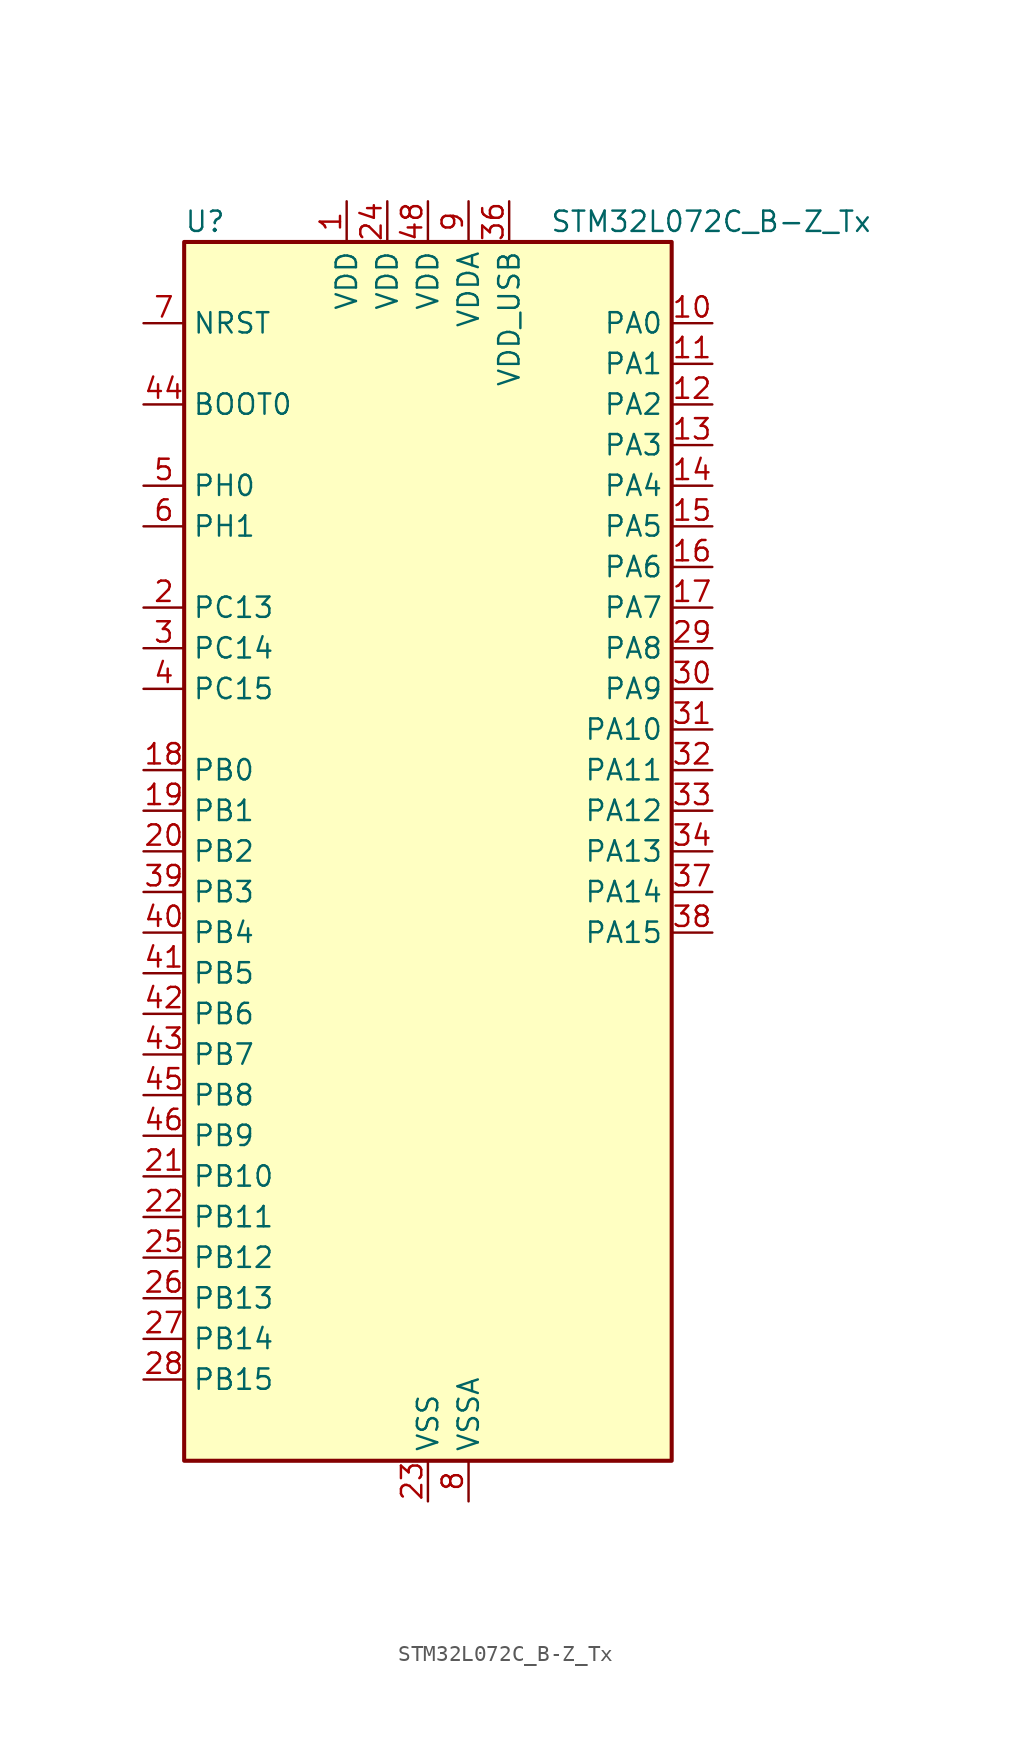
<source format=kicad_sym>
(kicad_symbol_lib
  (version 20241209)
  (generator "kicad_symbol_editor")
  (generator_version "9.0")
  (symbol "STM32L072C_B-Z_Tx"
    (property "Reference" "U"
      (at -15.24 39.37 0)
      (effects (font (size 1.27 1.27)) (justify left)))
    (property "Value" "STM32L072C_B-Z_Tx"
      (at 7.62 39.37 0)
      (effects (font (size 1.27 1.27)) (justify left)))
    (symbol "STM32L072C_B-Z_Tx_0_1"
      (rectangle (start -15.24 -38.1) (end 15.24 38.1) (stroke (width 0.254) (type default)) (fill (type background))))
    (symbol "STM32L072C_B-Z_Tx_1_1"
      (pin input line (at -17.78 33.02 0) (length 2.54) (name "NRST" (effects (font (size 1.27 1.27)))) (number "7" (effects (font (size 1.27 1.27)))))
      (pin input line (at -17.78 27.94 0) (length 2.54) (name "BOOT0" (effects (font (size 1.27 1.27)))) (number "44" (effects (font (size 1.27 1.27)))))
      (pin bidirectional line (at -17.78 22.86 0) (length 2.54) (name "PH0" (effects (font (size 1.27 1.27)))) (number "5" (effects (font (size 1.27 1.27)))) (alternate "CRS_SYNC" bidirectional line) (alternate "RCC_OSC_IN" bidirectional line))
      (pin bidirectional line (at -17.78 20.32 0) (length 2.54) (name "PH1" (effects (font (size 1.27 1.27)))) (number "6" (effects (font (size 1.27 1.27)))) (alternate "RCC_OSC_OUT" bidirectional line))
      (pin bidirectional line (at -17.78 15.24 0) (length 2.54) (name "PC13" (effects (font (size 1.27 1.27)))) (number "2" (effects (font (size 1.27 1.27)))) (alternate "RTC_OUT_ALARM" bidirectional line) (alternate "RTC_OUT_CALIB" bidirectional line) (alternate "RTC_TAMP1" bidirectional line) (alternate "RTC_TS" bidirectional line) (alternate "SYS_WKUP2" bidirectional line))
      (pin bidirectional line (at -17.78 12.7 0) (length 2.54) (name "PC14" (effects (font (size 1.27 1.27)))) (number "3" (effects (font (size 1.27 1.27)))) (alternate "RCC_OSC32_IN" bidirectional line))
      (pin bidirectional line (at -17.78 10.16 0) (length 2.54) (name "PC15" (effects (font (size 1.27 1.27)))) (number "4" (effects (font (size 1.27 1.27)))) (alternate "RCC_OSC32_OUT" bidirectional line))
      (pin bidirectional line (at -17.78 5.08 0) (length 2.54) (name "PB0" (effects (font (size 1.27 1.27)))) (number "18" (effects (font (size 1.27 1.27)))) (alternate "ADC_IN8" bidirectional line) (alternate "SYS_VREF_OUT_PB0" bidirectional line) (alternate "TIM3_CH3" bidirectional line) (alternate "TSC_G3_IO2" bidirectional line))
      (pin bidirectional line (at -17.78 2.54 0) (length 2.54) (name "PB1" (effects (font (size 1.27 1.27)))) (number "19" (effects (font (size 1.27 1.27)))) (alternate "ADC_IN9" bidirectional line) (alternate "LPUART1_DE" bidirectional line) (alternate "LPUART1_RTS" bidirectional line) (alternate "SYS_VREF_OUT_PB1" bidirectional line) (alternate "TIM3_CH4" bidirectional line) (alternate "TSC_G3_IO3" bidirectional line))
      (pin bidirectional line (at -17.78 0 0) (length 2.54) (name "PB2" (effects (font (size 1.27 1.27)))) (number "20" (effects (font (size 1.27 1.27)))) (alternate "I2C3_SMBA" bidirectional line) (alternate "LPTIM1_OUT" bidirectional line) (alternate "TSC_G3_IO4" bidirectional line))
      (pin bidirectional line (at -17.78 -2.54 0) (length 2.54) (name "PB3" (effects (font (size 1.27 1.27)))) (number "39" (effects (font (size 1.27 1.27)))) (alternate "COMP2_INM" bidirectional line) (alternate "SPI1_SCK" bidirectional line) (alternate "TIM2_CH2" bidirectional line) (alternate "TSC_G5_IO1" bidirectional line) (alternate "USART1_DE" bidirectional line) (alternate "USART1_RTS" bidirectional line) (alternate "USART5_TX" bidirectional line))
      (pin bidirectional line (at -17.78 -5.08 0) (length 2.54) (name "PB4" (effects (font (size 1.27 1.27)))) (number "40" (effects (font (size 1.27 1.27)))) (alternate "COMP2_INP" bidirectional line) (alternate "I2C3_SDA" bidirectional line) (alternate "SPI1_MISO" bidirectional line) (alternate "TIM22_CH1" bidirectional line) (alternate "TIM3_CH1" bidirectional line) (alternate "TSC_G5_IO2" bidirectional line) (alternate "USART1_CTS" bidirectional line) (alternate "USART5_RX" bidirectional line))
      (pin bidirectional line (at -17.78 -7.62 0) (length 2.54) (name "PB5" (effects (font (size 1.27 1.27)))) (number "41" (effects (font (size 1.27 1.27)))) (alternate "COMP2_INP" bidirectional line) (alternate "I2C1_SMBA" bidirectional line) (alternate "LPTIM1_IN1" bidirectional line) (alternate "SPI1_MOSI" bidirectional line) (alternate "TIM22_CH2" bidirectional line) (alternate "TIM3_CH2" bidirectional line) (alternate "USART1_CK" bidirectional line) (alternate "USART5_CK" bidirectional line) (alternate "USART5_DE" bidirectional line) (alternate "USART5_RTS" bidirectional line))
      (pin bidirectional line (at -17.78 -10.16 0) (length 2.54) (name "PB6" (effects (font (size 1.27 1.27)))) (number "42" (effects (font (size 1.27 1.27)))) (alternate "COMP2_INP" bidirectional line) (alternate "I2C1_SCL" bidirectional line) (alternate "LPTIM1_ETR" bidirectional line) (alternate "TSC_G5_IO3" bidirectional line) (alternate "USART1_TX" bidirectional line))
      (pin bidirectional line (at -17.78 -12.7 0) (length 2.54) (name "PB7" (effects (font (size 1.27 1.27)))) (number "43" (effects (font (size 1.27 1.27)))) (alternate "COMP2_INP" bidirectional line) (alternate "I2C1_SDA" bidirectional line) (alternate "LPTIM1_IN2" bidirectional line) (alternate "SYS_PVD_IN" bidirectional line) (alternate "TSC_G5_IO4" bidirectional line) (alternate "USART1_RX" bidirectional line) (alternate "USART4_CTS" bidirectional line))
      (pin bidirectional line (at -17.78 -15.24 0) (length 2.54) (name "PB8" (effects (font (size 1.27 1.27)))) (number "45" (effects (font (size 1.27 1.27)))) (alternate "I2C1_SCL" bidirectional line) (alternate "TSC_SYNC" bidirectional line))
      (pin bidirectional line (at -17.78 -17.78 0) (length 2.54) (name "PB9" (effects (font (size 1.27 1.27)))) (number "46" (effects (font (size 1.27 1.27)))) (alternate "DAC_EXTI9" bidirectional line) (alternate "I2C1_SDA" bidirectional line) (alternate "I2S2_WS" bidirectional line) (alternate "SPI2_NSS" bidirectional line))
      (pin bidirectional line (at -17.78 -20.32 0) (length 2.54) (name "PB10" (effects (font (size 1.27 1.27)))) (number "21" (effects (font (size 1.27 1.27)))) (alternate "I2C2_SCL" bidirectional line) (alternate "LPUART1_RX" bidirectional line) (alternate "LPUART1_TX" bidirectional line) (alternate "SPI2_SCK" bidirectional line) (alternate "TIM2_CH3" bidirectional line) (alternate "TSC_SYNC" bidirectional line))
      (pin bidirectional line (at -17.78 -22.86 0) (length 2.54) (name "PB11" (effects (font (size 1.27 1.27)))) (number "22" (effects (font (size 1.27 1.27)))) (alternate "ADC_EXTI11" bidirectional line) (alternate "I2C2_SDA" bidirectional line) (alternate "LPUART1_RX" bidirectional line) (alternate "LPUART1_TX" bidirectional line) (alternate "TIM2_CH4" bidirectional line) (alternate "TSC_G6_IO1" bidirectional line))
      (pin bidirectional line (at -17.78 -25.4 0) (length 2.54) (name "PB12" (effects (font (size 1.27 1.27)))) (number "25" (effects (font (size 1.27 1.27)))) (alternate "I2S2_WS" bidirectional line) (alternate "LPUART1_DE" bidirectional line) (alternate "LPUART1_RTS" bidirectional line) (alternate "SPI2_NSS" bidirectional line) (alternate "TSC_G6_IO2" bidirectional line))
      (pin bidirectional line (at -17.78 -27.94 0) (length 2.54) (name "PB13" (effects (font (size 1.27 1.27)))) (number "26" (effects (font (size 1.27 1.27)))) (alternate "I2C2_SCL" bidirectional line) (alternate "I2S2_CK" bidirectional line) (alternate "LPUART1_CTS" bidirectional line) (alternate "RCC_MCO" bidirectional line) (alternate "SPI2_SCK" bidirectional line) (alternate "TIM21_CH1" bidirectional line) (alternate "TSC_G6_IO3" bidirectional line))
      (pin bidirectional line (at -17.78 -30.48 0) (length 2.54) (name "PB14" (effects (font (size 1.27 1.27)))) (number "27" (effects (font (size 1.27 1.27)))) (alternate "I2C2_SDA" bidirectional line) (alternate "I2S2_MCK" bidirectional line) (alternate "LPUART1_DE" bidirectional line) (alternate "LPUART1_RTS" bidirectional line) (alternate "RTC_OUT_ALARM" bidirectional line) (alternate "RTC_OUT_CALIB" bidirectional line) (alternate "SPI2_MISO" bidirectional line) (alternate "TIM21_CH2" bidirectional line) (alternate "TSC_G6_IO4" bidirectional line))
      (pin bidirectional line (at -17.78 -33.02 0) (length 2.54) (name "PB15" (effects (font (size 1.27 1.27)))) (number "28" (effects (font (size 1.27 1.27)))) (alternate "I2S2_SD" bidirectional line) (alternate "RTC_REFIN" bidirectional line) (alternate "SPI2_MOSI" bidirectional line))
      (pin power_in line (at -5.08 40.64 270) (length 2.54) (name "VDD" (effects (font (size 1.27 1.27)))) (number "1" (effects (font (size 1.27 1.27)))))
      (pin power_in line (at -2.54 40.64 270) (length 2.54) (name "VDD" (effects (font (size 1.27 1.27)))) (number "24" (effects (font (size 1.27 1.27)))))
      (pin power_in line (at 0 40.64 270) (length 2.54) (name "VDD" (effects (font (size 1.27 1.27)))) (number "48" (effects (font (size 1.27 1.27)))))
      (pin power_in line (at 0 -40.64 90) (length 2.54) (name "VSS" (effects (font (size 1.27 1.27)))) (number "23" (effects (font (size 1.27 1.27)))))
      (pin passive line (at 0 -40.64 90) (length 2.54) (hide yes) (name "VSS" (effects (font (size 1.27 1.27)))) (number "35" (effects (font (size 1.27 1.27)))))
      (pin passive line (at 0 -40.64 90) (length 2.54) (hide yes) (name "VSS" (effects (font (size 1.27 1.27)))) (number "47" (effects (font (size 1.27 1.27)))))
      (pin power_in line (at 2.54 40.64 270) (length 2.54) (name "VDDA" (effects (font (size 1.27 1.27)))) (number "9" (effects (font (size 1.27 1.27)))))
      (pin power_in line (at 2.54 -40.64 90) (length 2.54) (name "VSSA" (effects (font (size 1.27 1.27)))) (number "8" (effects (font (size 1.27 1.27)))))
      (pin power_in line (at 5.08 40.64 270) (length 2.54) (name "VDD_USB" (effects (font (size 1.27 1.27)))) (number "36" (effects (font (size 1.27 1.27)))))
      (pin bidirectional line (at 17.78 33.02 180) (length 2.54) (name "PA0" (effects (font (size 1.27 1.27)))) (number "10" (effects (font (size 1.27 1.27)))) (alternate "ADC_IN0" bidirectional line) (alternate "COMP1_INM" bidirectional line) (alternate "COMP1_OUT" bidirectional line) (alternate "RTC_TAMP2" bidirectional line) (alternate "SYS_WKUP1" bidirectional line) (alternate "TIM2_CH1" bidirectional line) (alternate "TIM2_ETR" bidirectional line) (alternate "TSC_G1_IO1" bidirectional line) (alternate "USART2_CTS" bidirectional line) (alternate "USART4_TX" bidirectional line))
      (pin bidirectional line (at 17.78 30.48 180) (length 2.54) (name "PA1" (effects (font (size 1.27 1.27)))) (number "11" (effects (font (size 1.27 1.27)))) (alternate "ADC_IN1" bidirectional line) (alternate "COMP1_INP" bidirectional line) (alternate "TIM21_ETR" bidirectional line) (alternate "TIM2_CH2" bidirectional line) (alternate "TSC_G1_IO2" bidirectional line) (alternate "USART2_DE" bidirectional line) (alternate "USART2_RTS" bidirectional line) (alternate "USART4_RX" bidirectional line))
      (pin bidirectional line (at 17.78 27.94 180) (length 2.54) (name "PA2" (effects (font (size 1.27 1.27)))) (number "12" (effects (font (size 1.27 1.27)))) (alternate "ADC_IN2" bidirectional line) (alternate "COMP2_INM" bidirectional line) (alternate "COMP2_OUT" bidirectional line) (alternate "LPUART1_TX" bidirectional line) (alternate "TIM21_CH1" bidirectional line) (alternate "TIM2_CH3" bidirectional line) (alternate "TSC_G1_IO3" bidirectional line) (alternate "USART2_TX" bidirectional line))
      (pin bidirectional line (at 17.78 25.4 180) (length 2.54) (name "PA3" (effects (font (size 1.27 1.27)))) (number "13" (effects (font (size 1.27 1.27)))) (alternate "ADC_IN3" bidirectional line) (alternate "COMP2_INP" bidirectional line) (alternate "LPUART1_RX" bidirectional line) (alternate "TIM21_CH2" bidirectional line) (alternate "TIM2_CH4" bidirectional line) (alternate "TSC_G1_IO4" bidirectional line) (alternate "USART2_RX" bidirectional line))
      (pin bidirectional line (at 17.78 22.86 180) (length 2.54) (name "PA4" (effects (font (size 1.27 1.27)))) (number "14" (effects (font (size 1.27 1.27)))) (alternate "ADC_IN4" bidirectional line) (alternate "COMP1_INM" bidirectional line) (alternate "COMP2_INM" bidirectional line) (alternate "DAC_OUT1" bidirectional line) (alternate "SPI1_NSS" bidirectional line) (alternate "TIM22_ETR" bidirectional line) (alternate "TSC_G2_IO1" bidirectional line) (alternate "USART2_CK" bidirectional line))
      (pin bidirectional line (at 17.78 20.32 180) (length 2.54) (name "PA5" (effects (font (size 1.27 1.27)))) (number "15" (effects (font (size 1.27 1.27)))) (alternate "ADC_IN5" bidirectional line) (alternate "COMP1_INM" bidirectional line) (alternate "COMP2_INM" bidirectional line) (alternate "DAC_OUT2" bidirectional line) (alternate "SPI1_SCK" bidirectional line) (alternate "TIM2_CH1" bidirectional line) (alternate "TIM2_ETR" bidirectional line) (alternate "TSC_G2_IO2" bidirectional line))
      (pin bidirectional line (at 17.78 17.78 180) (length 2.54) (name "PA6" (effects (font (size 1.27 1.27)))) (number "16" (effects (font (size 1.27 1.27)))) (alternate "ADC_IN6" bidirectional line) (alternate "COMP1_OUT" bidirectional line) (alternate "LPUART1_CTS" bidirectional line) (alternate "SPI1_MISO" bidirectional line) (alternate "TIM22_CH1" bidirectional line) (alternate "TIM3_CH1" bidirectional line) (alternate "TSC_G2_IO3" bidirectional line))
      (pin bidirectional line (at 17.78 15.24 180) (length 2.54) (name "PA7" (effects (font (size 1.27 1.27)))) (number "17" (effects (font (size 1.27 1.27)))) (alternate "ADC_IN7" bidirectional line) (alternate "COMP2_OUT" bidirectional line) (alternate "SPI1_MOSI" bidirectional line) (alternate "TIM22_CH2" bidirectional line) (alternate "TIM3_CH2" bidirectional line) (alternate "TSC_G2_IO4" bidirectional line))
      (pin bidirectional line (at 17.78 12.7 180) (length 2.54) (name "PA8" (effects (font (size 1.27 1.27)))) (number "29" (effects (font (size 1.27 1.27)))) (alternate "CRS_SYNC" bidirectional line) (alternate "I2C3_SCL" bidirectional line) (alternate "RCC_MCO" bidirectional line) (alternate "USART1_CK" bidirectional line))
      (pin bidirectional line (at 17.78 10.16 180) (length 2.54) (name "PA9" (effects (font (size 1.27 1.27)))) (number "30" (effects (font (size 1.27 1.27)))) (alternate "DAC_EXTI9" bidirectional line) (alternate "I2C1_SCL" bidirectional line) (alternate "I2C3_SMBA" bidirectional line) (alternate "RCC_MCO" bidirectional line) (alternate "TSC_G4_IO1" bidirectional line) (alternate "USART1_TX" bidirectional line))
      (pin bidirectional line (at 17.78 7.62 180) (length 2.54) (name "PA10" (effects (font (size 1.27 1.27)))) (number "31" (effects (font (size 1.27 1.27)))) (alternate "I2C1_SDA" bidirectional line) (alternate "TSC_G4_IO2" bidirectional line) (alternate "USART1_RX" bidirectional line))
      (pin bidirectional line (at 17.78 5.08 180) (length 2.54) (name "PA11" (effects (font (size 1.27 1.27)))) (number "32" (effects (font (size 1.27 1.27)))) (alternate "ADC_EXTI11" bidirectional line) (alternate "COMP1_OUT" bidirectional line) (alternate "SPI1_MISO" bidirectional line) (alternate "TSC_G4_IO3" bidirectional line) (alternate "USART1_CTS" bidirectional line) (alternate "USB_DM" bidirectional line))
      (pin bidirectional line (at 17.78 2.54 180) (length 2.54) (name "PA12" (effects (font (size 1.27 1.27)))) (number "33" (effects (font (size 1.27 1.27)))) (alternate "COMP2_OUT" bidirectional line) (alternate "SPI1_MOSI" bidirectional line) (alternate "TSC_G4_IO4" bidirectional line) (alternate "USART1_DE" bidirectional line) (alternate "USART1_RTS" bidirectional line) (alternate "USB_DP" bidirectional line))
      (pin bidirectional line (at 17.78 0 180) (length 2.54) (name "PA13" (effects (font (size 1.27 1.27)))) (number "34" (effects (font (size 1.27 1.27)))) (alternate "LPUART1_RX" bidirectional line) (alternate "SYS_SWDIO" bidirectional line) (alternate "USB_NOE" bidirectional line))
      (pin bidirectional line (at 17.78 -2.54 180) (length 2.54) (name "PA14" (effects (font (size 1.27 1.27)))) (number "37" (effects (font (size 1.27 1.27)))) (alternate "LPUART1_TX" bidirectional line) (alternate "SYS_SWCLK" bidirectional line) (alternate "USART2_TX" bidirectional line))
      (pin bidirectional line (at 17.78 -5.08 180) (length 2.54) (name "PA15" (effects (font (size 1.27 1.27)))) (number "38" (effects (font (size 1.27 1.27)))) (alternate "SPI1_NSS" bidirectional line) (alternate "TIM2_CH1" bidirectional line) (alternate "TIM2_ETR" bidirectional line) (alternate "USART2_RX" bidirectional line) (alternate "USART4_DE" bidirectional line) (alternate "USART4_RTS" bidirectional line)))))
</source>
